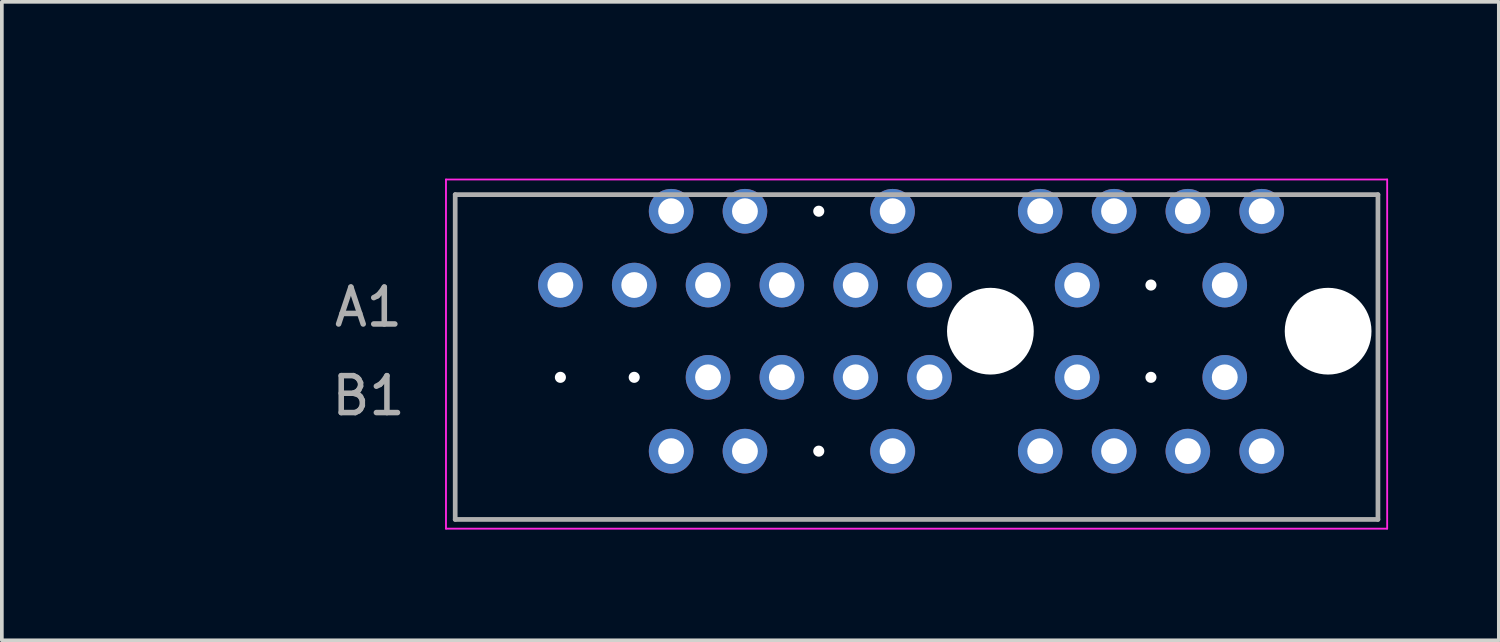
<source format=kicad_pcb>
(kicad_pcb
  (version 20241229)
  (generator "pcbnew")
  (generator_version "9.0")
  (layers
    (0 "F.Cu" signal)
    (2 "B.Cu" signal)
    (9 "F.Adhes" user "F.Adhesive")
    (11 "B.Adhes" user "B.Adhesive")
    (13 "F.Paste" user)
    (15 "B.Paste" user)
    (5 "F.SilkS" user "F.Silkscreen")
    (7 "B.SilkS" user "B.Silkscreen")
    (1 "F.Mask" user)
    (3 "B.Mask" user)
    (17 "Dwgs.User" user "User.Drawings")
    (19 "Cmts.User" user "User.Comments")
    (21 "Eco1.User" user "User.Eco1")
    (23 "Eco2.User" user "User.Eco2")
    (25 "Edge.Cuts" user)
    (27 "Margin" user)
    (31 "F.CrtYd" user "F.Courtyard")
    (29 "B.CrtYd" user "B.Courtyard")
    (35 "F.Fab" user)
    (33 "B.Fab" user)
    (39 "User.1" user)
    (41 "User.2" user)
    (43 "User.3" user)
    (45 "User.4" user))
  (footprint "AMPHENOL_10018784-10210TLF"
    (layer "F.Cu")
    (at 23.783 5.923)
    (property "Reference" "AMPHENOL_10018784-10210TLF" (at -11.325 -5.075 0) (layer "User.1") (effects (font (size 1 1) (thickness 0.15))))
    (attr through_hole)
    (fp_line (start -14.75 -4.11) (end 10.75 -4.11) (stroke (width 0.05) (type solid)) (layer "F.CrtYd"))
    (fp_line (start -14.75 5.35) (end -14.75 -4.11) (stroke (width 0.05) (type solid)) (layer "F.CrtYd"))
    (fp_line (start 10.75 -4.11) (end 10.75 5.35) (stroke (width 0.05) (type solid)) (layer "F.CrtYd"))
    (fp_line (start 10.75 5.35) (end -14.75 5.35) (stroke (width 0.05) (type solid)) (layer "F.CrtYd"))
    (fp_line (start -14.5 -3.7) (end 10.5 -3.7) (stroke (width 0.127) (type solid)) (layer "F.Fab"))
    (fp_line (start -14.5 5.1) (end -14.5 -3.7) (stroke (width 0.127) (type solid)) (layer "F.Fab"))
    (fp_line (start 10.5 -3.7) (end 10.5 5.1) (stroke (width 0.127) (type solid)) (layer "F.Fab"))
    (fp_line (start 10.5 5.1) (end -14.5 5.1) (stroke (width 0.127) (type solid)) (layer "F.Fab"))
    (fp_text user "A1" (at -16.85 -0.65 0) (layer "F.Fab") (effects (font (size 1 1) (thickness 0.15))))
    (fp_text user "B1" (at -16.85 1.75 0) (layer "F.Fab") (effects (font (size 1 1) (thickness 0.15))))
    (pad "" np_thru_hole circle (at -11.65 1.25) (size 0.3 0.3) (drill 0.7) (layers "*.Cu" "*.Mask"))
    (pad "" np_thru_hole circle (at -9.65 1.25) (size 0.3 0.3) (drill 0.7) (layers "*.Cu" "*.Mask"))
    (pad "" np_thru_hole circle (at -4.65 -3.25) (size 0.3 0.3) (drill 0.7) (layers "*.Cu" "*.Mask"))
    (pad "" np_thru_hole circle (at -4.65 3.25) (size 0.3 0.3) (drill 0.7) (layers "*.Cu" "*.Mask"))
    (pad "" np_thru_hole circle (at 0 0) (size 2.35 2.35) (drill 2.35) (layers "*.Cu" "*.Mask"))
    (pad "" np_thru_hole circle (at 4.35 -1.25) (size 0.3 0.3) (drill 0.7) (layers "*.Cu" "*.Mask"))
    (pad "" np_thru_hole circle (at 4.35 1.25) (size 0.3 0.3) (drill 0.7) (layers "*.Cu" "*.Mask"))
    (pad "" np_thru_hole circle (at 9.15 0) (size 2.35 2.35) (drill 2.35) (layers "*.Cu" "*.Mask"))
    (pad "A1" thru_hole circle (at -11.65 -1.25) (size 1.208 1.208) (drill 0.7) (layers "*.Cu" "*.Mask"))
    (pad "A3" thru_hole circle (at -9.65 -1.25) (size 1.208 1.208) (drill 0.7) (layers "*.Cu" "*.Mask"))
    (pad "A4" thru_hole circle (at -8.65 -3.25) (size 1.208 1.208) (drill 0.7) (layers "*.Cu" "*.Mask"))
    (pad "A5" thru_hole circle (at -7.65 -1.25) (size 1.208 1.208) (drill 0.7) (layers "*.Cu" "*.Mask"))
    (pad "A6" thru_hole circle (at -6.65 -3.25) (size 1.208 1.208) (drill 0.7) (layers "*.Cu" "*.Mask"))
    (pad "A7" thru_hole circle (at -5.65 -1.25) (size 1.208 1.208) (drill 0.7) (layers "*.Cu" "*.Mask"))
    (pad "A9" thru_hole circle (at -3.65 -1.25) (size 1.208 1.208) (drill 0.7) (layers "*.Cu" "*.Mask"))
    (pad "A10" thru_hole circle (at -2.65 -3.25) (size 1.208 1.208) (drill 0.7) (layers "*.Cu" "*.Mask"))
    (pad "A11" thru_hole circle (at -1.65 -1.25) (size 1.208 1.208) (drill 0.7) (layers "*.Cu" "*.Mask"))
    (pad "A12" thru_hole circle (at 1.35 -3.25) (size 1.208 1.208) (drill 0.7) (layers "*.Cu" "*.Mask"))
    (pad "A13" thru_hole circle (at 2.35 -1.25) (size 1.208 1.208) (drill 0.7) (layers "*.Cu" "*.Mask"))
    (pad "A14" thru_hole circle (at 3.35 -3.25) (size 1.208 1.208) (drill 0.7) (layers "*.Cu" "*.Mask"))
    (pad "A16" thru_hole circle (at 5.35 -3.25) (size 1.208 1.208) (drill 0.7) (layers "*.Cu" "*.Mask"))
    (pad "A17" thru_hole circle (at 6.35 -1.25) (size 1.208 1.208) (drill 0.7) (layers "*.Cu" "*.Mask"))
    (pad "A18" thru_hole circle (at 7.35 -3.25) (size 1.208 1.208) (drill 0.7) (layers "*.Cu" "*.Mask"))
    (pad "B4" thru_hole circle (at -8.65 3.25) (size 1.208 1.208) (drill 0.7) (layers "*.Cu" "*.Mask"))
    (pad "B5" thru_hole circle (at -7.65 1.25) (size 1.208 1.208) (drill 0.7) (layers "*.Cu" "*.Mask"))
    (pad "B6" thru_hole circle (at -6.65 3.25) (size 1.208 1.208) (drill 0.7) (layers "*.Cu" "*.Mask"))
    (pad "B7" thru_hole circle (at -5.65 1.25) (size 1.208 1.208) (drill 0.7) (layers "*.Cu" "*.Mask"))
    (pad "B9" thru_hole circle (at -3.65 1.25) (size 1.208 1.208) (drill 0.7) (layers "*.Cu" "*.Mask"))
    (pad "B10" thru_hole circle (at -2.65 3.25) (size 1.208 1.208) (drill 0.7) (layers "*.Cu" "*.Mask"))
    (pad "B11" thru_hole circle (at -1.65 1.25) (size 1.208 1.208) (drill 0.7) (layers "*.Cu" "*.Mask"))
    (pad "B12" thru_hole circle (at 1.35 3.25) (size 1.208 1.208) (drill 0.7) (layers "*.Cu" "*.Mask"))
    (pad "B13" thru_hole circle (at 2.35 1.25) (size 1.208 1.208) (drill 0.7) (layers "*.Cu" "*.Mask"))
    (pad "B14" thru_hole circle (at 3.35 3.25) (size 1.208 1.208) (drill 0.7) (layers "*.Cu" "*.Mask"))
    (pad "B16" thru_hole circle (at 5.35 3.25) (size 1.208 1.208) (drill 0.7) (layers "*.Cu" "*.Mask"))
    (pad "B17" thru_hole circle (at 6.35 1.25) (size 1.208 1.208) (drill 0.7) (layers "*.Cu" "*.Mask"))
    (pad "B18" thru_hole circle (at 7.35 3.25) (size 1.208 1.208) (drill 0.7) (layers "*.Cu" "*.Mask")))
  (gr_rect
    (start -3 -3)
    (end 37.558 14.298)
    (stroke (width 0.1) (type default))
    (fill no)
    (layer "Edge.Cuts")))
</source>
